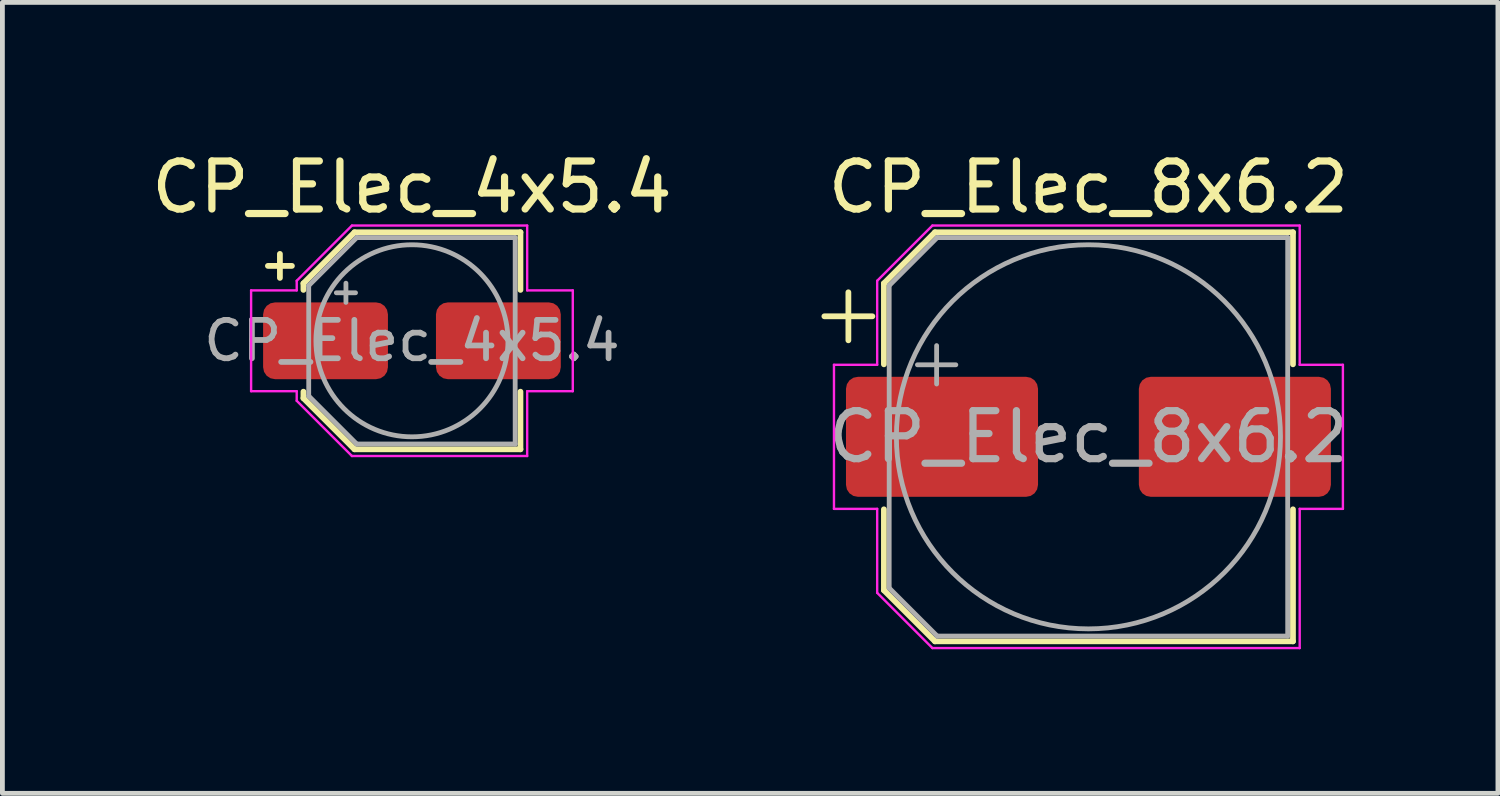
<source format=kicad_pcb>
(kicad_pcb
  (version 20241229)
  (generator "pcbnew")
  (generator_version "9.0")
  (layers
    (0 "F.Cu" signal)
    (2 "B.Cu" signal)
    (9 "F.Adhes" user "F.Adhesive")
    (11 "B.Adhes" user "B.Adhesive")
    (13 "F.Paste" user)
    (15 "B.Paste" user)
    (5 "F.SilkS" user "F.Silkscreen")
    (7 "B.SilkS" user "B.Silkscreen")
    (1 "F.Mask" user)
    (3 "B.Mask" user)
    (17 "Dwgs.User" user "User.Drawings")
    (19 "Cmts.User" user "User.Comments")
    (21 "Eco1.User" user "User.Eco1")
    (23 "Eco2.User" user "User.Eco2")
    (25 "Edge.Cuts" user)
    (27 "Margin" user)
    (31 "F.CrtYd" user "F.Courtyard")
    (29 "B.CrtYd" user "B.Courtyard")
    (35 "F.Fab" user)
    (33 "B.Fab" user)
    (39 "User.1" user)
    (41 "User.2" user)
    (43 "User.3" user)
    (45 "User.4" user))
  (footprint "CP_Elec_4x5.4"
    (layer "F.Cu")
    (at 5.53 4.048)
    (property "Reference" "CP_Elec_4x5.4" (at 0 -3.2 0) (layer "F.SilkS") (effects (font (size 1 1) (thickness 0.15))))
    (attr smd)
    (fp_line (start -3 -1.56) (end -2.5 -1.56) (stroke (width 0.12) (type solid)) (layer "F.SilkS"))
    (fp_line (start -2.75 -1.81) (end -2.75 -1.31) (stroke (width 0.12) (type solid)) (layer "F.SilkS"))
    (fp_line (start -2.26 -1.196) (end -2.26 -1.06) (stroke (width 0.12) (type solid)) (layer "F.SilkS"))
    (fp_line (start -2.26 -1.196) (end -1.196 -2.26) (stroke (width 0.12) (type solid)) (layer "F.SilkS"))
    (fp_line (start -2.26 1.196) (end -2.26 1.06) (stroke (width 0.12) (type solid)) (layer "F.SilkS"))
    (fp_line (start -2.26 1.196) (end -1.196 2.26) (stroke (width 0.12) (type solid)) (layer "F.SilkS"))
    (fp_line (start -1.196 -2.26) (end 2.26 -2.26) (stroke (width 0.12) (type solid)) (layer "F.SilkS"))
    (fp_line (start -1.196 2.26) (end 2.26 2.26) (stroke (width 0.12) (type solid)) (layer "F.SilkS"))
    (fp_line (start 2.26 -2.26) (end 2.26 -1.06) (stroke (width 0.12) (type solid)) (layer "F.SilkS"))
    (fp_line (start 2.26 2.26) (end 2.26 1.06) (stroke (width 0.12) (type solid)) (layer "F.SilkS"))
    (fp_line (start -3.35 -1.05) (end -3.35 1.05) (stroke (width 0.05) (type solid)) (layer "F.CrtYd"))
    (fp_line (start -3.35 1.05) (end -2.4 1.05) (stroke (width 0.05) (type solid)) (layer "F.CrtYd"))
    (fp_line (start -2.4 -1.25) (end -2.4 -1.05) (stroke (width 0.05) (type solid)) (layer "F.CrtYd"))
    (fp_line (start -2.4 -1.25) (end -1.25 -2.4) (stroke (width 0.05) (type solid)) (layer "F.CrtYd"))
    (fp_line (start -2.4 -1.05) (end -3.35 -1.05) (stroke (width 0.05) (type solid)) (layer "F.CrtYd"))
    (fp_line (start -2.4 1.05) (end -2.4 1.25) (stroke (width 0.05) (type solid)) (layer "F.CrtYd"))
    (fp_line (start -2.4 1.25) (end -1.25 2.4) (stroke (width 0.05) (type solid)) (layer "F.CrtYd"))
    (fp_line (start -1.25 -2.4) (end 2.4 -2.4) (stroke (width 0.05) (type solid)) (layer "F.CrtYd"))
    (fp_line (start -1.25 2.4) (end 2.4 2.4) (stroke (width 0.05) (type solid)) (layer "F.CrtYd"))
    (fp_line (start 2.4 -2.4) (end 2.4 -1.05) (stroke (width 0.05) (type solid)) (layer "F.CrtYd"))
    (fp_line (start 2.4 -1.05) (end 3.35 -1.05) (stroke (width 0.05) (type solid)) (layer "F.CrtYd"))
    (fp_line (start 2.4 1.05) (end 2.4 2.4) (stroke (width 0.05) (type solid)) (layer "F.CrtYd"))
    (fp_line (start 3.35 -1.05) (end 3.35 1.05) (stroke (width 0.05) (type solid)) (layer "F.CrtYd"))
    (fp_line (start 3.35 1.05) (end 2.4 1.05) (stroke (width 0.05) (type solid)) (layer "F.CrtYd"))
    (fp_line (start -2.15 -1.15) (end -2.15 1.15) (stroke (width 0.1) (type solid)) (layer "F.Fab"))
    (fp_line (start -2.15 -1.15) (end -1.15 -2.15) (stroke (width 0.1) (type solid)) (layer "F.Fab"))
    (fp_line (start -2.15 1.15) (end -1.15 2.15) (stroke (width 0.1) (type solid)) (layer "F.Fab"))
    (fp_line (start -1.575 -1) (end -1.175 -1) (stroke (width 0.1) (type solid)) (layer "F.Fab"))
    (fp_line (start -1.375 -1.2) (end -1.375 -0.8) (stroke (width 0.1) (type solid)) (layer "F.Fab"))
    (fp_line (start -1.15 -2.15) (end 2.15 -2.15) (stroke (width 0.1) (type solid)) (layer "F.Fab"))
    (fp_line (start -1.15 2.15) (end 2.15 2.15) (stroke (width 0.1) (type solid)) (layer "F.Fab"))
    (fp_line (start 2.15 -2.15) (end 2.15 2.15) (stroke (width 0.1) (type solid)) (layer "F.Fab"))
    (fp_circle (center 0 0) (end 2 0) (stroke (width 0.1) (type solid)) (fill no) (layer "F.Fab"))
    (fp_text user "${REFERENCE}" (at 0 0 0) (layer "F.Fab") (effects (font (size 0.8 0.8) (thickness 0.12))))
    (fp_text user "5.4" (at 0 0 0) (layer "User.1") (effects (font (size 1 1) (thickness 0.15))))
    (pad "1" smd roundrect (at -1.8 0) (size 2.6 1.6) (layers "F.Cu" "F.Mask" "F.Paste") (roundrect_rratio 0.156))
    (pad "2" smd roundrect (at 1.8 0) (size 2.6 1.6) (layers "F.Cu" "F.Mask" "F.Paste") (roundrect_rratio 0.156)))
  (footprint "CP_Elec_8x6.2"
    (layer "F.Cu")
    (at 19.62 6.048)
    (property "Reference" "CP_Elec_8x6.2" (at 0 -5.2 0) (layer "F.SilkS") (effects (font (size 1 1) (thickness 0.15))))
    (attr smd)
    (fp_line (start -5.5 -2.51) (end -4.5 -2.51) (stroke (width 0.12) (type solid)) (layer "F.SilkS"))
    (fp_line (start -5 -3.01) (end -5 -2.01) (stroke (width 0.12) (type solid)) (layer "F.SilkS"))
    (fp_line (start -4.26 -3.196) (end -4.26 -1.51) (stroke (width 0.12) (type solid)) (layer "F.SilkS"))
    (fp_line (start -4.26 -3.196) (end -3.196 -4.26) (stroke (width 0.12) (type solid)) (layer "F.SilkS"))
    (fp_line (start -4.26 3.196) (end -4.26 1.51) (stroke (width 0.12) (type solid)) (layer "F.SilkS"))
    (fp_line (start -4.26 3.196) (end -3.196 4.26) (stroke (width 0.12) (type solid)) (layer "F.SilkS"))
    (fp_line (start -3.196 -4.26) (end 4.26 -4.26) (stroke (width 0.12) (type solid)) (layer "F.SilkS"))
    (fp_line (start -3.196 4.26) (end 4.26 4.26) (stroke (width 0.12) (type solid)) (layer "F.SilkS"))
    (fp_line (start 4.26 -4.26) (end 4.26 -1.51) (stroke (width 0.12) (type solid)) (layer "F.SilkS"))
    (fp_line (start 4.26 4.26) (end 4.26 1.51) (stroke (width 0.12) (type solid)) (layer "F.SilkS"))
    (fp_line (start -5.3 -1.5) (end -5.3 1.5) (stroke (width 0.05) (type solid)) (layer "F.CrtYd"))
    (fp_line (start -5.3 1.5) (end -4.4 1.5) (stroke (width 0.05) (type solid)) (layer "F.CrtYd"))
    (fp_line (start -4.4 -3.25) (end -4.4 -1.5) (stroke (width 0.05) (type solid)) (layer "F.CrtYd"))
    (fp_line (start -4.4 -3.25) (end -3.25 -4.4) (stroke (width 0.05) (type solid)) (layer "F.CrtYd"))
    (fp_line (start -4.4 -1.5) (end -5.3 -1.5) (stroke (width 0.05) (type solid)) (layer "F.CrtYd"))
    (fp_line (start -4.4 1.5) (end -4.4 3.25) (stroke (width 0.05) (type solid)) (layer "F.CrtYd"))
    (fp_line (start -4.4 3.25) (end -3.25 4.4) (stroke (width 0.05) (type solid)) (layer "F.CrtYd"))
    (fp_line (start -3.25 -4.4) (end 4.4 -4.4) (stroke (width 0.05) (type solid)) (layer "F.CrtYd"))
    (fp_line (start -3.25 4.4) (end 4.4 4.4) (stroke (width 0.05) (type solid)) (layer "F.CrtYd"))
    (fp_line (start 4.4 -4.4) (end 4.4 -1.5) (stroke (width 0.05) (type solid)) (layer "F.CrtYd"))
    (fp_line (start 4.4 -1.5) (end 5.3 -1.5) (stroke (width 0.05) (type solid)) (layer "F.CrtYd"))
    (fp_line (start 4.4 1.5) (end 4.4 4.4) (stroke (width 0.05) (type solid)) (layer "F.CrtYd"))
    (fp_line (start 5.3 -1.5) (end 5.3 1.5) (stroke (width 0.05) (type solid)) (layer "F.CrtYd"))
    (fp_line (start 5.3 1.5) (end 4.4 1.5) (stroke (width 0.05) (type solid)) (layer "F.CrtYd"))
    (fp_line (start -4.15 -3.15) (end -4.15 3.15) (stroke (width 0.1) (type solid)) (layer "F.Fab"))
    (fp_line (start -4.15 -3.15) (end -3.15 -4.15) (stroke (width 0.1) (type solid)) (layer "F.Fab"))
    (fp_line (start -4.15 3.15) (end -3.15 4.15) (stroke (width 0.1) (type solid)) (layer "F.Fab"))
    (fp_line (start -3.562 -1.5) (end -2.762 -1.5) (stroke (width 0.1) (type solid)) (layer "F.Fab"))
    (fp_line (start -3.162 -1.9) (end -3.162 -1.1) (stroke (width 0.1) (type solid)) (layer "F.Fab"))
    (fp_line (start -3.15 -4.15) (end 4.15 -4.15) (stroke (width 0.1) (type solid)) (layer "F.Fab"))
    (fp_line (start -3.15 4.15) (end 4.15 4.15) (stroke (width 0.1) (type solid)) (layer "F.Fab"))
    (fp_line (start 4.15 -4.15) (end 4.15 4.15) (stroke (width 0.1) (type solid)) (layer "F.Fab"))
    (fp_circle (center 0 0) (end 4 0) (stroke (width 0.1) (type solid)) (fill no) (layer "F.Fab"))
    (fp_text user "${REFERENCE}" (at 0 0 0) (layer "F.Fab") (effects (font (size 1 1) (thickness 0.15))))
    (fp_text user "6.8" (at 0 0 0) (layer "User.1") (effects (font (size 1 1) (thickness 0.15))))
    (pad "1" smd roundrect (at -3.05 0) (size 4 2.5) (layers "F.Cu" "F.Mask" "F.Paste") (roundrect_rratio 0.1))
    (pad "2" smd roundrect (at 3.05 0) (size 4 2.5) (layers "F.Cu" "F.Mask" "F.Paste") (roundrect_rratio 0.1)))
  (gr_rect
    (start -3 -3)
    (end 28.149 13.473)
    (stroke (width 0.1) (type default))
    (fill no)
    (layer "Edge.Cuts")))
</source>
